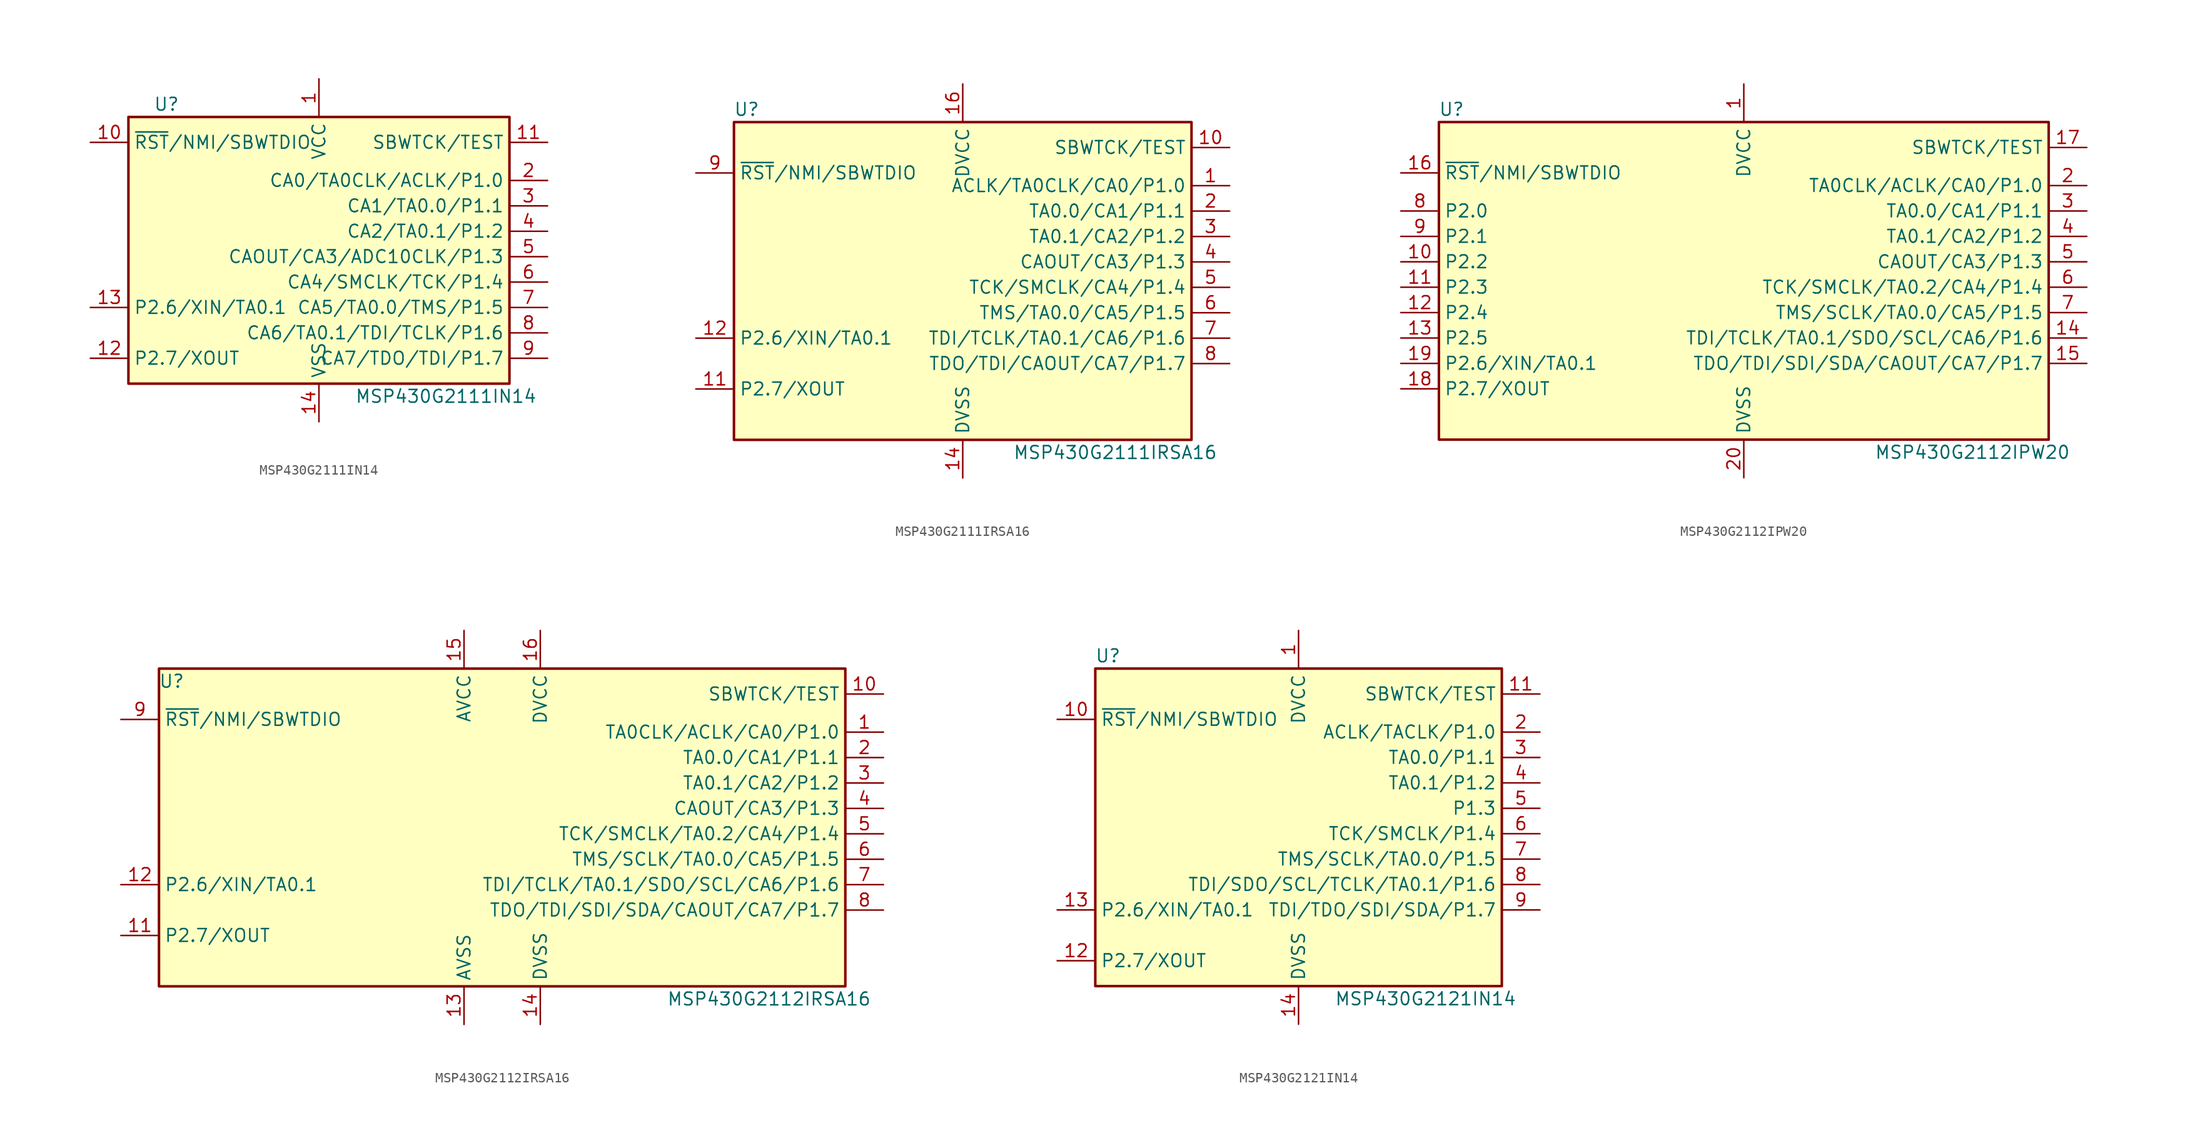
<source format=kicad_sym>
(kicad_symbol_lib
  (version 20220914)
  (generator kicad_symbol_editor)
  (symbol "MSP430G2111IN14"
    (property "Reference" "U"
      (at -15.24 15.24 0)
      (effects (font (size 1.27 1.27))))
    (property "Value" "MSP430G2111IN14"
      (at 12.7 -13.97 0)
      (effects (font (size 1.27 1.27))))
    (symbol "MSP430G2111IN14_0_1"
      (rectangle (start -19.05 13.97) (end 19.05 -12.7) (stroke (width 0.254) (type default)) (fill (type background))))
    (symbol "MSP430G2111IN14_1_1"
      (pin power_in line (at 0 17.78 270) (length 3.81) (name "VCC" (effects (font (size 1.27 1.27)))) (number "1" (effects (font (size 1.27 1.27)))))
      (pin input line (at -22.86 11.43 0) (length 3.81) (name "~{RST}/NMI/SBWTDIO" (effects (font (size 1.27 1.27)))) (number "10" (effects (font (size 1.27 1.27)))))
      (pin input line (at 22.86 11.43 180) (length 3.81) (name "SBWTCK/TEST" (effects (font (size 1.27 1.27)))) (number "11" (effects (font (size 1.27 1.27)))))
      (pin bidirectional line (at -22.86 -10.16 0) (length 3.81) (name "P2.7/XOUT" (effects (font (size 1.27 1.27)))) (number "12" (effects (font (size 1.27 1.27)))))
      (pin bidirectional line (at -22.86 -5.08 0) (length 3.81) (name "P2.6/XIN/TA0.1" (effects (font (size 1.27 1.27)))) (number "13" (effects (font (size 1.27 1.27)))))
      (pin power_in line (at 0 -16.51 90) (length 3.81) (name "VSS" (effects (font (size 1.27 1.27)))) (number "14" (effects (font (size 1.27 1.27)))))
      (pin bidirectional line (at 22.86 7.62 180) (length 3.81) (name "CA0/TA0CLK/ACLK/P1.0" (effects (font (size 1.27 1.27)))) (number "2" (effects (font (size 1.27 1.27)))))
      (pin bidirectional line (at 22.86 5.08 180) (length 3.81) (name "CA1/TA0.0/P1.1" (effects (font (size 1.27 1.27)))) (number "3" (effects (font (size 1.27 1.27)))))
      (pin bidirectional line (at 22.86 2.54 180) (length 3.81) (name "CA2/TA0.1/P1.2" (effects (font (size 1.27 1.27)))) (number "4" (effects (font (size 1.27 1.27)))))
      (pin bidirectional line (at 22.86 0 180) (length 3.81) (name "CAOUT/CA3/ADC10CLK/P1.3" (effects (font (size 1.27 1.27)))) (number "5" (effects (font (size 1.27 1.27)))))
      (pin bidirectional line (at 22.86 -2.54 180) (length 3.81) (name "CA4/SMCLK/TCK/P1.4" (effects (font (size 1.27 1.27)))) (number "6" (effects (font (size 1.27 1.27)))))
      (pin bidirectional line (at 22.86 -5.08 180) (length 3.81) (name "CA5/TA0.0/TMS/P1.5" (effects (font (size 1.27 1.27)))) (number "7" (effects (font (size 1.27 1.27)))))
      (pin bidirectional line (at 22.86 -7.62 180) (length 3.81) (name "CA6/TA0.1/TDI/TCLK/P1.6" (effects (font (size 1.27 1.27)))) (number "8" (effects (font (size 1.27 1.27)))))
      (pin bidirectional line (at 22.86 -10.16 180) (length 3.81) (name "CA7/TDO/TDI/P1.7" (effects (font (size 1.27 1.27)))) (number "9" (effects (font (size 1.27 1.27)))))))
  (symbol "MSP430G2111IRSA16"
    (property "Reference" "U"
      (at -21.59 17.78 0)
      (effects (font (size 1.27 1.27))))
    (property "Value" "MSP430G2111IRSA16"
      (at 15.24 -16.51 0)
      (effects (font (size 1.27 1.27))))
    (symbol "MSP430G2111IRSA16_0_1"
      (rectangle (start -22.86 16.51) (end 22.86 -15.24) (stroke (width 0.254) (type default)) (fill (type background))))
    (symbol "MSP430G2111IRSA16_1_1"
      (pin bidirectional line (at 26.67 10.16 180) (length 3.81) (name "ACLK/TA0CLK/CA0/P1.0" (effects (font (size 1.27 1.27)))) (number "1" (effects (font (size 1.27 1.27)))))
      (pin input line (at 26.67 13.97 180) (length 3.81) (name "SBWTCK/TEST" (effects (font (size 1.27 1.27)))) (number "10" (effects (font (size 1.27 1.27)))))
      (pin bidirectional line (at -26.67 -10.16 0) (length 3.81) (name "P2.7/XOUT" (effects (font (size 1.27 1.27)))) (number "11" (effects (font (size 1.27 1.27)))))
      (pin bidirectional line (at -26.67 -5.08 0) (length 3.81) (name "P2.6/XIN/TA0.1" (effects (font (size 1.27 1.27)))) (number "12" (effects (font (size 1.27 1.27)))))
      (pin power_in line (at 0 -19.05 90) (length 3.81) (name "DVSS" (effects (font (size 1.27 1.27)))) (number "14" (effects (font (size 1.27 1.27)))))
      (pin power_in line (at 0 20.32 270) (length 3.81) (name "DVCC" (effects (font (size 1.27 1.27)))) (number "16" (effects (font (size 1.27 1.27)))))
      (pin bidirectional line (at 26.67 7.62 180) (length 3.81) (name "TA0.0/CA1/P1.1" (effects (font (size 1.27 1.27)))) (number "2" (effects (font (size 1.27 1.27)))))
      (pin bidirectional line (at 26.67 5.08 180) (length 3.81) (name "TA0.1/CA2/P1.2" (effects (font (size 1.27 1.27)))) (number "3" (effects (font (size 1.27 1.27)))))
      (pin bidirectional line (at 26.67 2.54 180) (length 3.81) (name "CAOUT/CA3/P1.3" (effects (font (size 1.27 1.27)))) (number "4" (effects (font (size 1.27 1.27)))))
      (pin bidirectional line (at 26.67 0 180) (length 3.81) (name "TCK/SMCLK/CA4/P1.4" (effects (font (size 1.27 1.27)))) (number "5" (effects (font (size 1.27 1.27)))))
      (pin bidirectional line (at 26.67 -2.54 180) (length 3.81) (name "TMS/TA0.0/CA5/P1.5" (effects (font (size 1.27 1.27)))) (number "6" (effects (font (size 1.27 1.27)))))
      (pin bidirectional line (at 26.67 -5.08 180) (length 3.81) (name "TDI/TCLK/TA0.1/CA6/P1.6" (effects (font (size 1.27 1.27)))) (number "7" (effects (font (size 1.27 1.27)))))
      (pin bidirectional line (at 26.67 -7.62 180) (length 3.81) (name "TDO/TDI/CAOUT/CA7/P1.7" (effects (font (size 1.27 1.27)))) (number "8" (effects (font (size 1.27 1.27)))))
      (pin input line (at -26.67 11.43 0) (length 3.81) (name "~{RST}/NMI/SBWTDIO" (effects (font (size 1.27 1.27)))) (number "9" (effects (font (size 1.27 1.27)))))))
  (symbol "MSP430G2112IPW20"
    (property "Reference" "U"
      (at -29.21 17.78 0)
      (effects (font (size 1.27 1.27))))
    (property "Value" "MSP430G2112IPW20"
      (at 22.86 -16.51 0)
      (effects (font (size 1.27 1.27))))
    (symbol "MSP430G2112IPW20_0_1"
      (rectangle (start -30.48 16.51) (end 30.48 -15.24) (stroke (width 0.254) (type default)) (fill (type background))))
    (symbol "MSP430G2112IPW20_1_1"
      (pin power_in line (at 0 20.32 270) (length 3.81) (name "DVCC" (effects (font (size 1.27 1.27)))) (number "1" (effects (font (size 1.27 1.27)))))
      (pin bidirectional line (at -34.29 2.54 0) (length 3.81) (name "P2.2" (effects (font (size 1.27 1.27)))) (number "10" (effects (font (size 1.27 1.27)))))
      (pin bidirectional line (at -34.29 0 0) (length 3.81) (name "P2.3" (effects (font (size 1.27 1.27)))) (number "11" (effects (font (size 1.27 1.27)))))
      (pin bidirectional line (at -34.29 -2.54 0) (length 3.81) (name "P2.4" (effects (font (size 1.27 1.27)))) (number "12" (effects (font (size 1.27 1.27)))))
      (pin bidirectional line (at -34.29 -5.08 0) (length 3.81) (name "P2.5" (effects (font (size 1.27 1.27)))) (number "13" (effects (font (size 1.27 1.27)))))
      (pin bidirectional line (at 34.29 -5.08 180) (length 3.81) (name "TDI/TCLK/TA0.1/SDO/SCL/CA6/P1.6" (effects (font (size 1.27 1.27)))) (number "14" (effects (font (size 1.27 1.27)))))
      (pin bidirectional line (at 34.29 -7.62 180) (length 3.81) (name "TDO/TDI/SDI/SDA/CAOUT/CA7/P1.7" (effects (font (size 1.27 1.27)))) (number "15" (effects (font (size 1.27 1.27)))))
      (pin input line (at -34.29 11.43 0) (length 3.81) (name "~{RST}/NMI/SBWTDIO" (effects (font (size 1.27 1.27)))) (number "16" (effects (font (size 1.27 1.27)))))
      (pin input line (at 34.29 13.97 180) (length 3.81) (name "SBWTCK/TEST" (effects (font (size 1.27 1.27)))) (number "17" (effects (font (size 1.27 1.27)))))
      (pin bidirectional line (at -34.29 -10.16 0) (length 3.81) (name "P2.7/XOUT" (effects (font (size 1.27 1.27)))) (number "18" (effects (font (size 1.27 1.27)))))
      (pin bidirectional line (at -34.29 -7.62 0) (length 3.81) (name "P2.6/XIN/TA0.1" (effects (font (size 1.27 1.27)))) (number "19" (effects (font (size 1.27 1.27)))))
      (pin bidirectional line (at 34.29 10.16 180) (length 3.81) (name "TA0CLK/ACLK/CA0/P1.0" (effects (font (size 1.27 1.27)))) (number "2" (effects (font (size 1.27 1.27)))))
      (pin power_in line (at 0 -19.05 90) (length 3.81) (name "DVSS" (effects (font (size 1.27 1.27)))) (number "20" (effects (font (size 1.27 1.27)))))
      (pin bidirectional line (at 34.29 7.62 180) (length 3.81) (name "TA0.0/CA1/P1.1" (effects (font (size 1.27 1.27)))) (number "3" (effects (font (size 1.27 1.27)))))
      (pin bidirectional line (at 34.29 5.08 180) (length 3.81) (name "TA0.1/CA2/P1.2" (effects (font (size 1.27 1.27)))) (number "4" (effects (font (size 1.27 1.27)))))
      (pin bidirectional line (at 34.29 2.54 180) (length 3.81) (name "CAOUT/CA3/P1.3" (effects (font (size 1.27 1.27)))) (number "5" (effects (font (size 1.27 1.27)))))
      (pin bidirectional line (at 34.29 0 180) (length 3.81) (name "TCK/SMCLK/TA0.2/CA4/P1.4" (effects (font (size 1.27 1.27)))) (number "6" (effects (font (size 1.27 1.27)))))
      (pin bidirectional line (at 34.29 -2.54 180) (length 3.81) (name "TMS/SCLK/TA0.0/CA5/P1.5" (effects (font (size 1.27 1.27)))) (number "7" (effects (font (size 1.27 1.27)))))
      (pin bidirectional line (at -34.29 7.62 0) (length 3.81) (name "P2.0" (effects (font (size 1.27 1.27)))) (number "8" (effects (font (size 1.27 1.27)))))
      (pin bidirectional line (at -34.29 5.08 0) (length 3.81) (name "P2.1" (effects (font (size 1.27 1.27)))) (number "9" (effects (font (size 1.27 1.27)))))))
  (symbol "MSP430G2112IRSA16"
    (property "Reference" "U"
      (at -33.02 15.24 0)
      (effects (font (size 1.27 1.27))))
    (property "Value" "MSP430G2112IRSA16"
      (at 26.67 -16.51 0)
      (effects (font (size 1.27 1.27))))
    (symbol "MSP430G2112IRSA16_0_1"
      (rectangle (start -34.29 16.51) (end 34.29 -15.24) (stroke (width 0.254) (type default)) (fill (type background))))
    (symbol "MSP430G2112IRSA16_1_1"
      (pin bidirectional line (at 38.1 10.16 180) (length 3.81) (name "TA0CLK/ACLK/CA0/P1.0" (effects (font (size 1.27 1.27)))) (number "1" (effects (font (size 1.27 1.27)))))
      (pin input line (at 38.1 13.97 180) (length 3.81) (name "SBWTCK/TEST" (effects (font (size 1.27 1.27)))) (number "10" (effects (font (size 1.27 1.27)))))
      (pin bidirectional line (at -38.1 -10.16 0) (length 3.81) (name "P2.7/XOUT" (effects (font (size 1.27 1.27)))) (number "11" (effects (font (size 1.27 1.27)))))
      (pin bidirectional line (at -38.1 -5.08 0) (length 3.81) (name "P2.6/XIN/TA0.1" (effects (font (size 1.27 1.27)))) (number "12" (effects (font (size 1.27 1.27)))))
      (pin power_in line (at -3.81 -19.05 90) (length 3.81) (name "AVSS" (effects (font (size 1.27 1.27)))) (number "13" (effects (font (size 1.27 1.27)))))
      (pin power_in line (at 3.81 -19.05 90) (length 3.81) (name "DVSS" (effects (font (size 1.27 1.27)))) (number "14" (effects (font (size 1.27 1.27)))))
      (pin power_in line (at -3.81 20.32 270) (length 3.81) (name "AVCC" (effects (font (size 1.27 1.27)))) (number "15" (effects (font (size 1.27 1.27)))))
      (pin power_in line (at 3.81 20.32 270) (length 3.81) (name "DVCC" (effects (font (size 1.27 1.27)))) (number "16" (effects (font (size 1.27 1.27)))))
      (pin bidirectional line (at 38.1 7.62 180) (length 3.81) (name "TA0.0/CA1/P1.1" (effects (font (size 1.27 1.27)))) (number "2" (effects (font (size 1.27 1.27)))))
      (pin bidirectional line (at 38.1 5.08 180) (length 3.81) (name "TA0.1/CA2/P1.2" (effects (font (size 1.27 1.27)))) (number "3" (effects (font (size 1.27 1.27)))))
      (pin bidirectional line (at 38.1 2.54 180) (length 3.81) (name "CAOUT/CA3/P1.3" (effects (font (size 1.27 1.27)))) (number "4" (effects (font (size 1.27 1.27)))))
      (pin bidirectional line (at 38.1 0 180) (length 3.81) (name "TCK/SMCLK/TA0.2/CA4/P1.4" (effects (font (size 1.27 1.27)))) (number "5" (effects (font (size 1.27 1.27)))))
      (pin bidirectional line (at 38.1 -2.54 180) (length 3.81) (name "TMS/SCLK/TA0.0/CA5/P1.5" (effects (font (size 1.27 1.27)))) (number "6" (effects (font (size 1.27 1.27)))))
      (pin bidirectional line (at 38.1 -5.08 180) (length 3.81) (name "TDI/TCLK/TA0.1/SDO/SCL/CA6/P1.6" (effects (font (size 1.27 1.27)))) (number "7" (effects (font (size 1.27 1.27)))))
      (pin bidirectional line (at 38.1 -7.62 180) (length 3.81) (name "TDO/TDI/SDI/SDA/CAOUT/CA7/P1.7" (effects (font (size 1.27 1.27)))) (number "8" (effects (font (size 1.27 1.27)))))
      (pin input line (at -38.1 11.43 0) (length 3.81) (name "~{RST}/NMI/SBWTDIO" (effects (font (size 1.27 1.27)))) (number "9" (effects (font (size 1.27 1.27)))))))
  (symbol "MSP430G2121IN14"
    (property "Reference" "U"
      (at -19.05 17.78 0)
      (effects (font (size 1.27 1.27))))
    (property "Value" "MSP430G2121IN14"
      (at 12.7 -16.51 0)
      (effects (font (size 1.27 1.27))))
    (symbol "MSP430G2121IN14_0_1"
      (rectangle (start -20.32 16.51) (end 20.32 -15.24) (stroke (width 0.254) (type default)) (fill (type background))))
    (symbol "MSP430G2121IN14_1_1"
      (pin power_in line (at 0 20.32 270) (length 3.81) (name "DVCC" (effects (font (size 1.27 1.27)))) (number "1" (effects (font (size 1.27 1.27)))))
      (pin input line (at -24.13 11.43 0) (length 3.81) (name "~{RST}/NMI/SBWTDIO" (effects (font (size 1.27 1.27)))) (number "10" (effects (font (size 1.27 1.27)))))
      (pin input line (at 24.13 13.97 180) (length 3.81) (name "SBWTCK/TEST" (effects (font (size 1.27 1.27)))) (number "11" (effects (font (size 1.27 1.27)))))
      (pin bidirectional line (at -24.13 -12.7 0) (length 3.81) (name "P2.7/XOUT" (effects (font (size 1.27 1.27)))) (number "12" (effects (font (size 1.27 1.27)))))
      (pin bidirectional line (at -24.13 -7.62 0) (length 3.81) (name "P2.6/XIN/TA0.1" (effects (font (size 1.27 1.27)))) (number "13" (effects (font (size 1.27 1.27)))))
      (pin power_in line (at 0 -19.05 90) (length 3.81) (name "DVSS" (effects (font (size 1.27 1.27)))) (number "14" (effects (font (size 1.27 1.27)))))
      (pin bidirectional line (at 24.13 10.16 180) (length 3.81) (name "ACLK/TACLK/P1.0" (effects (font (size 1.27 1.27)))) (number "2" (effects (font (size 1.27 1.27)))))
      (pin bidirectional line (at 24.13 7.62 180) (length 3.81) (name "TA0.0/P1.1" (effects (font (size 1.27 1.27)))) (number "3" (effects (font (size 1.27 1.27)))))
      (pin bidirectional line (at 24.13 5.08 180) (length 3.81) (name "TA0.1/P1.2" (effects (font (size 1.27 1.27)))) (number "4" (effects (font (size 1.27 1.27)))))
      (pin bidirectional line (at 24.13 2.54 180) (length 3.81) (name "P1.3" (effects (font (size 1.27 1.27)))) (number "5" (effects (font (size 1.27 1.27)))))
      (pin bidirectional line (at 24.13 0 180) (length 3.81) (name "TCK/SMCLK/P1.4" (effects (font (size 1.27 1.27)))) (number "6" (effects (font (size 1.27 1.27)))))
      (pin bidirectional line (at 24.13 -2.54 180) (length 3.81) (name "TMS/SCLK/TA0.0/P1.5" (effects (font (size 1.27 1.27)))) (number "7" (effects (font (size 1.27 1.27)))))
      (pin bidirectional line (at 24.13 -5.08 180) (length 3.81) (name "TDI/SDO/SCL/TCLK/TA0.1/P1.6" (effects (font (size 1.27 1.27)))) (number "8" (effects (font (size 1.27 1.27)))))
      (pin bidirectional line (at 24.13 -7.62 180) (length 3.81) (name "TDI/TDO/SDI/SDA/P1.7" (effects (font (size 1.27 1.27)))) (number "9" (effects (font (size 1.27 1.27))))))))
</source>
